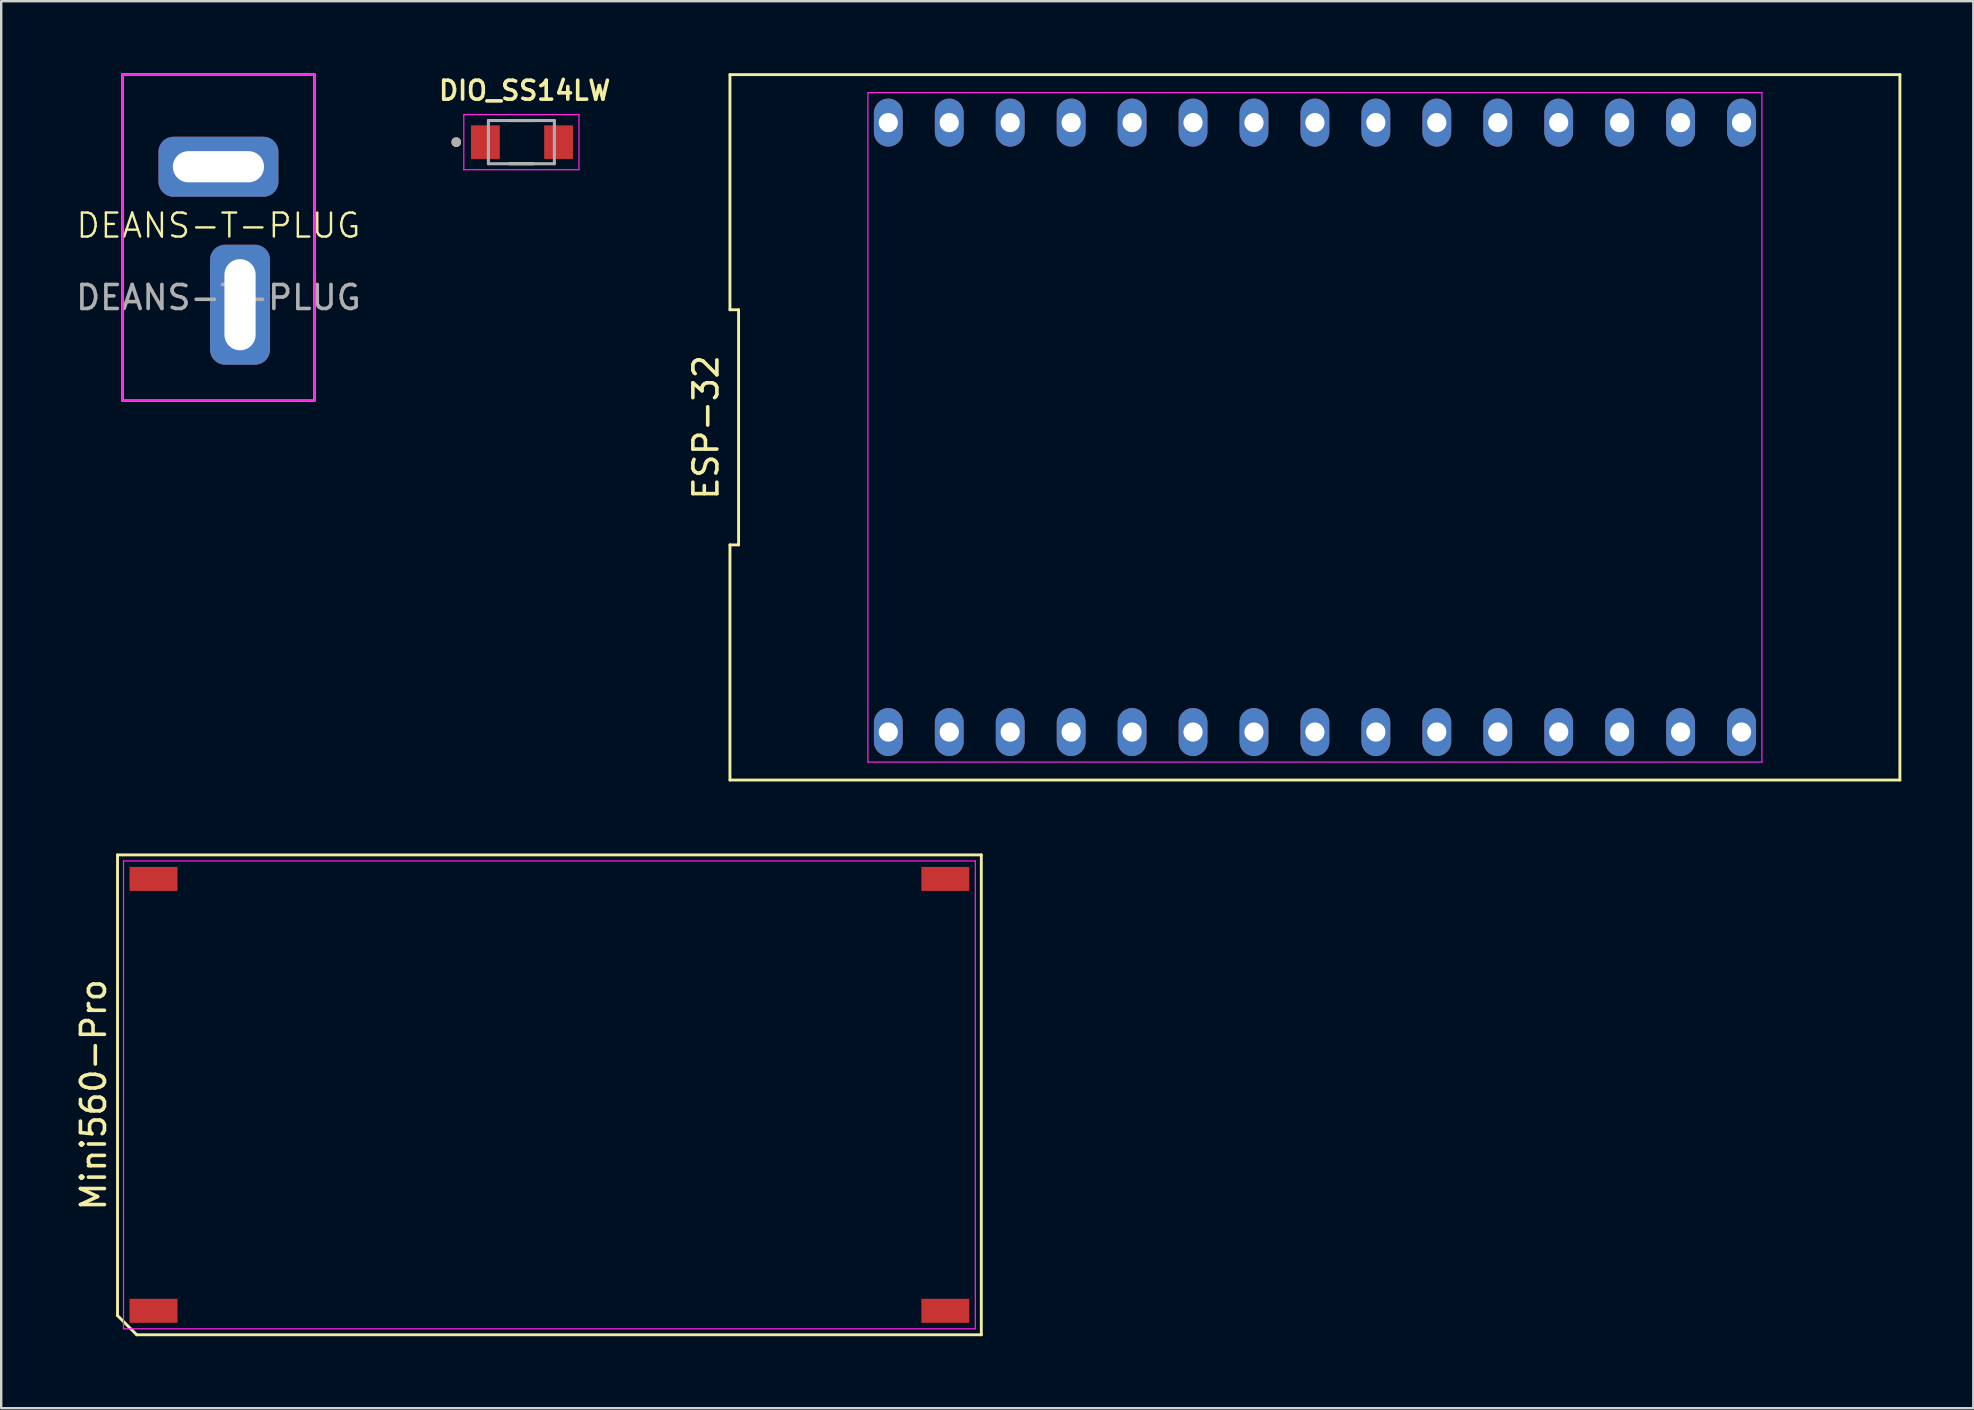
<source format=kicad_pcb>
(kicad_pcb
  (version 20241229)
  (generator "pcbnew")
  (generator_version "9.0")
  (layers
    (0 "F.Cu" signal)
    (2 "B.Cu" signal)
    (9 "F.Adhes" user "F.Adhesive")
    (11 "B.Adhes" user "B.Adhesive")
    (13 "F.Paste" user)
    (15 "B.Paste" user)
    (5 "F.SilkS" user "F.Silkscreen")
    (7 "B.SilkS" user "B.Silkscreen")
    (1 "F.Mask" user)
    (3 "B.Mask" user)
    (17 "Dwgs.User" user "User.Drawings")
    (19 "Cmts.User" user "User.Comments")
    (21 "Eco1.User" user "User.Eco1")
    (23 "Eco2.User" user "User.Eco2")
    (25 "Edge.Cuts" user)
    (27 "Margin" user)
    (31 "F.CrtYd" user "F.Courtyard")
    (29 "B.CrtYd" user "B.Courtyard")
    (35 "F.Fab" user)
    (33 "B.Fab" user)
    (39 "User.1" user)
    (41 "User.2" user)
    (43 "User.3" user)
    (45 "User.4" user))
  (footprint "Mini560-Pro"
    (layer "F.Cu")
    (at 19.848 42.58)
    (property "Reference" "Mini560-Pro" (at -19 0 90) (layer "F.SilkS") (effects (font (size 1 1) (thickness 0.15))))
    (attr smd)
    (fp_line (start -18 -10) (end 18 -10) (stroke (width 0.12) (type default)) (layer "F.SilkS"))
    (fp_line (start -18 9.2) (end -18 -10) (stroke (width 0.12) (type default)) (layer "F.SilkS"))
    (fp_line (start -17.2 10) (end -18 9.2) (stroke (width 0.12) (type default)) (layer "F.SilkS"))
    (fp_line (start 18 -10) (end 18 10) (stroke (width 0.12) (type default)) (layer "F.SilkS"))
    (fp_line (start 18 10) (end -17.2 10) (stroke (width 0.12) (type default)) (layer "F.SilkS"))
    (fp_line (start -17.75 -9.75) (end 17.75 -9.75) (stroke (width 0.05) (type default)) (layer "F.CrtYd"))
    (fp_line (start -17.75 9.75) (end -17.75 -9.75) (stroke (width 0.05) (type default)) (layer "F.CrtYd"))
    (fp_line (start 17.75 -9.75) (end 17.75 9.75) (stroke (width 0.05) (type default)) (layer "F.CrtYd"))
    (fp_line (start 17.75 9.75) (end -17.75 9.75) (stroke (width 0.05) (type default)) (layer "F.CrtYd"))
    (pad "1" smd rect (at -16.5 9) (size 2 1) (layers "F.Cu" "F.Mask" "F.Paste"))
    (pad "2" smd rect (at 16.5 9) (size 2 1) (layers "F.Cu" "F.Mask" "F.Paste"))
    (pad "3" smd rect (at 16.5 -9) (size 2 1) (layers "F.Cu" "F.Mask" "F.Paste"))
    (pad "4" smd rect (at -16.5 -9) (size 2 1) (layers "F.Cu" "F.Mask" "F.Paste")))
  (footprint "ESP-32"
    (layer "F.Cu")
    (at 51.752 14.76)
    (property "Reference" "ESP-32" (at -25.38 0 90) (layer "F.SilkS") (effects (font (size 1 1) (thickness 0.15))))
    (attr through_hole)
    (fp_line (start -24.38 -14.7) (end -24.38 -4.9) (stroke (width 0.12) (type default)) (layer "F.SilkS"))
    (fp_line (start -24.38 -4.9) (end -24.02 -4.9) (stroke (width 0.12) (type default)) (layer "F.SilkS"))
    (fp_line (start -24.38 4.9) (end -24.38 14.7) (stroke (width 0.12) (type default)) (layer "F.SilkS"))
    (fp_line (start -24.38 14.7) (end 24.38 14.7) (stroke (width 0.12) (type default)) (layer "F.SilkS"))
    (fp_line (start -24.02 -4.9) (end -24.02 4.9) (stroke (width 0.12) (type default)) (layer "F.SilkS"))
    (fp_line (start -24.02 4.9) (end -24.38 4.9) (stroke (width 0.12) (type default)) (layer "F.SilkS"))
    (fp_line (start 24.38 -14.7) (end -24.38 -14.7) (stroke (width 0.12) (type default)) (layer "F.SilkS"))
    (fp_line (start 24.38 14.7) (end 24.38 -14.7) (stroke (width 0.12) (type default)) (layer "F.SilkS"))
    (fp_line (start -18.63 -13.95) (end 18.63 -13.95) (stroke (width 0.05) (type default)) (layer "F.CrtYd"))
    (fp_line (start -18.63 13.95) (end -18.63 -13.95) (stroke (width 0.05) (type default)) (layer "F.CrtYd"))
    (fp_line (start 18.63 -13.95) (end 18.63 13.95) (stroke (width 0.05) (type default)) (layer "F.CrtYd"))
    (fp_line (start 18.63 13.95) (end -18.63 13.95) (stroke (width 0.05) (type default)) (layer "F.CrtYd"))
    (pad "1" thru_hole oval (at -17.78 12.7) (size 1.2 2) (drill 0.8) (layers "*.Cu" "*.Mask"))
    (pad "2" thru_hole oval (at -15.24 12.7) (size 1.2 2) (drill 0.8) (layers "*.Cu" "*.Mask"))
    (pad "3" thru_hole oval (at -12.7 12.7) (size 1.2 2) (drill 0.8) (layers "*.Cu" "*.Mask"))
    (pad "4" thru_hole oval (at -10.16 12.7) (size 1.2 2) (drill 0.8) (layers "*.Cu" "*.Mask"))
    (pad "5" thru_hole oval (at -7.62 12.7) (size 1.2 2) (drill 0.8) (layers "*.Cu" "*.Mask"))
    (pad "6" thru_hole oval (at -5.08 12.7) (size 1.2 2) (drill 0.8) (layers "*.Cu" "*.Mask"))
    (pad "7" thru_hole oval (at -2.54 12.7) (size 1.2 2) (drill 0.8) (layers "*.Cu" "*.Mask"))
    (pad "8" thru_hole oval (at 0 12.7) (size 1.2 2) (drill 0.8) (layers "*.Cu" "*.Mask"))
    (pad "9" thru_hole oval (at 2.54 12.7) (size 1.2 2) (drill 0.8) (layers "*.Cu" "*.Mask"))
    (pad "10" thru_hole oval (at 5.08 12.7) (size 1.2 2) (drill 0.8) (layers "*.Cu" "*.Mask"))
    (pad "11" thru_hole oval (at 7.62 12.7) (size 1.2 2) (drill 0.8) (layers "*.Cu" "*.Mask"))
    (pad "12" thru_hole oval (at 10.16 12.7) (size 1.2 2) (drill 0.8) (layers "*.Cu" "*.Mask"))
    (pad "13" thru_hole oval (at 12.7 12.7) (size 1.2 2) (drill 0.8) (layers "*.Cu" "*.Mask"))
    (pad "14" thru_hole oval (at 15.24 12.7) (size 1.2 2) (drill 0.8) (layers "*.Cu" "*.Mask"))
    (pad "15" thru_hole oval (at 17.78 12.7) (size 1.2 2) (drill 0.8) (layers "*.Cu" "*.Mask"))
    (pad "16" thru_hole oval (at 17.78 -12.7) (size 1.2 2) (drill 0.8) (layers "*.Cu" "*.Mask"))
    (pad "17" thru_hole oval (at 15.24 -12.7) (size 1.2 2) (drill 0.8) (layers "*.Cu" "*.Mask"))
    (pad "18" thru_hole oval (at 12.7 -12.7) (size 1.2 2) (drill 0.8) (layers "*.Cu" "*.Mask"))
    (pad "19" thru_hole oval (at 10.16 -12.7) (size 1.2 2) (drill 0.8) (layers "*.Cu" "*.Mask"))
    (pad "20" thru_hole oval (at 7.62 -12.7) (size 1.2 2) (drill 0.8) (layers "*.Cu" "*.Mask"))
    (pad "21" thru_hole oval (at 5.08 -12.7) (size 1.2 2) (drill 0.8) (layers "*.Cu" "*.Mask"))
    (pad "22" thru_hole oval (at 2.54 -12.7) (size 1.2 2) (drill 0.8) (layers "*.Cu" "*.Mask"))
    (pad "23" thru_hole oval (at 0 -12.7) (size 1.2 2) (drill 0.8) (layers "*.Cu" "*.Mask"))
    (pad "24" thru_hole oval (at -2.54 -12.7) (size 1.2 2) (drill 0.8) (layers "*.Cu" "*.Mask"))
    (pad "25" thru_hole oval (at -5.08 -12.7) (size 1.2 2) (drill 0.8) (layers "*.Cu" "*.Mask"))
    (pad "26" thru_hole oval (at -7.62 -12.7) (size 1.2 2) (drill 0.8) (layers "*.Cu" "*.Mask"))
    (pad "27" thru_hole oval (at -10.16 -12.7) (size 1.2 2) (drill 0.8) (layers "*.Cu" "*.Mask"))
    (pad "28" thru_hole oval (at -12.7 -12.7) (size 1.2 2) (drill 0.8) (layers "*.Cu" "*.Mask"))
    (pad "29" thru_hole oval (at -15.24 -12.7) (size 1.2 2) (drill 0.8) (layers "*.Cu" "*.Mask"))
    (pad "30" thru_hole oval (at -17.78 -12.7) (size 1.2 2) (drill 0.8) (layers "*.Cu" "*.Mask")))
  (footprint "DIO_SS14LW"
    (layer "F.Cu")
    (at 18.68 2.874)
    (property "Reference" "DIO_SS14LW" (at 0.135 -2.15 0) (layer "F.SilkS") (effects (font (size 0.787 0.787) (thickness 0.15))))
    (attr smd)
    (fp_line (start -0.5 0.9) (end 0.5 0.9) (stroke (width 0.127) (type solid)) (layer "F.SilkS"))
    (fp_line (start 0.5 -0.9) (end -0.5 -0.9) (stroke (width 0.127) (type solid)) (layer "F.SilkS"))
    (fp_circle (center -2.715 0) (end -2.615 0) (stroke (width 0.2) (type solid)) (fill no) (layer "F.SilkS"))
    (fp_line (start -2.4 -1.15) (end -2.4 1.15) (stroke (width 0.05) (type solid)) (layer "F.CrtYd"))
    (fp_line (start -2.4 1.15) (end 2.4 1.15) (stroke (width 0.05) (type solid)) (layer "F.CrtYd"))
    (fp_line (start 2.4 -1.15) (end -2.4 -1.15) (stroke (width 0.05) (type solid)) (layer "F.CrtYd"))
    (fp_line (start 2.4 1.15) (end 2.4 -1.15) (stroke (width 0.05) (type solid)) (layer "F.CrtYd"))
    (fp_line (start -1.375 -0.9) (end -1.375 0.9) (stroke (width 0.127) (type solid)) (layer "F.Fab"))
    (fp_line (start -1.375 0.9) (end 1.375 0.9) (stroke (width 0.127) (type solid)) (layer "F.Fab"))
    (fp_line (start 1.375 -0.9) (end -1.375 -0.9) (stroke (width 0.127) (type solid)) (layer "F.Fab"))
    (fp_line (start 1.375 0.9) (end 1.375 -0.9) (stroke (width 0.127) (type solid)) (layer "F.Fab"))
    (fp_circle (center -2.715 0) (end -2.615 0) (stroke (width 0.2) (type solid)) (fill no) (layer "F.Fab"))
    (pad "A" smd rect (at 1.55 0) (size 1.2 1.4) (layers "F.Cu" "F.Mask" "F.Paste"))
    (pad "C" smd rect (at -1.5 0) (size 1.2 1.4) (layers "F.Cu" "F.Mask" "F.Paste")))
  (footprint "DEANS-T-PLUG"
    (layer "F.Cu")
    (at 6.054 6.85)
    (property "Reference" "DEANS-T-PLUG" (at 0 -0.5 0) (unlocked yes) (layer "F.SilkS") (effects (font (size 1 1) (thickness 0.1))))
    (attr through_hole)
    (fp_rect (start -4 -6.8) (end 4 6.8) (stroke (width 0.1) (type default)) (fill no) (layer "F.SilkS"))
    (fp_rect (start -4 -6.8) (end 4 6.8) (stroke (width 0.1) (type default)) (fill no) (layer "F.CrtYd"))
    (fp_text user "${REFERENCE}" (at 0 2.5 0) (unlocked yes) (layer "F.Fab") (effects (font (size 1 1) (thickness 0.15))))
    (pad "1" thru_hole roundrect (at 0 -2.95) (size 5 2.5) (drill oval 3.8 1.3) (layers "*.Cu" "*.Mask") (roundrect_rratio 0.25))
    (pad "2" thru_hole roundrect (at 0.9 2.8) (size 2.5 5) (drill oval 1.3 3.8) (layers "*.Cu" "*.Mask") (roundrect_rratio 0.25)))
  (gr_rect
    (start -3 -3)
    (end 79.192 55.64)
    (stroke (width 0.1) (type default))
    (fill no)
    (layer "Edge.Cuts")))
</source>
